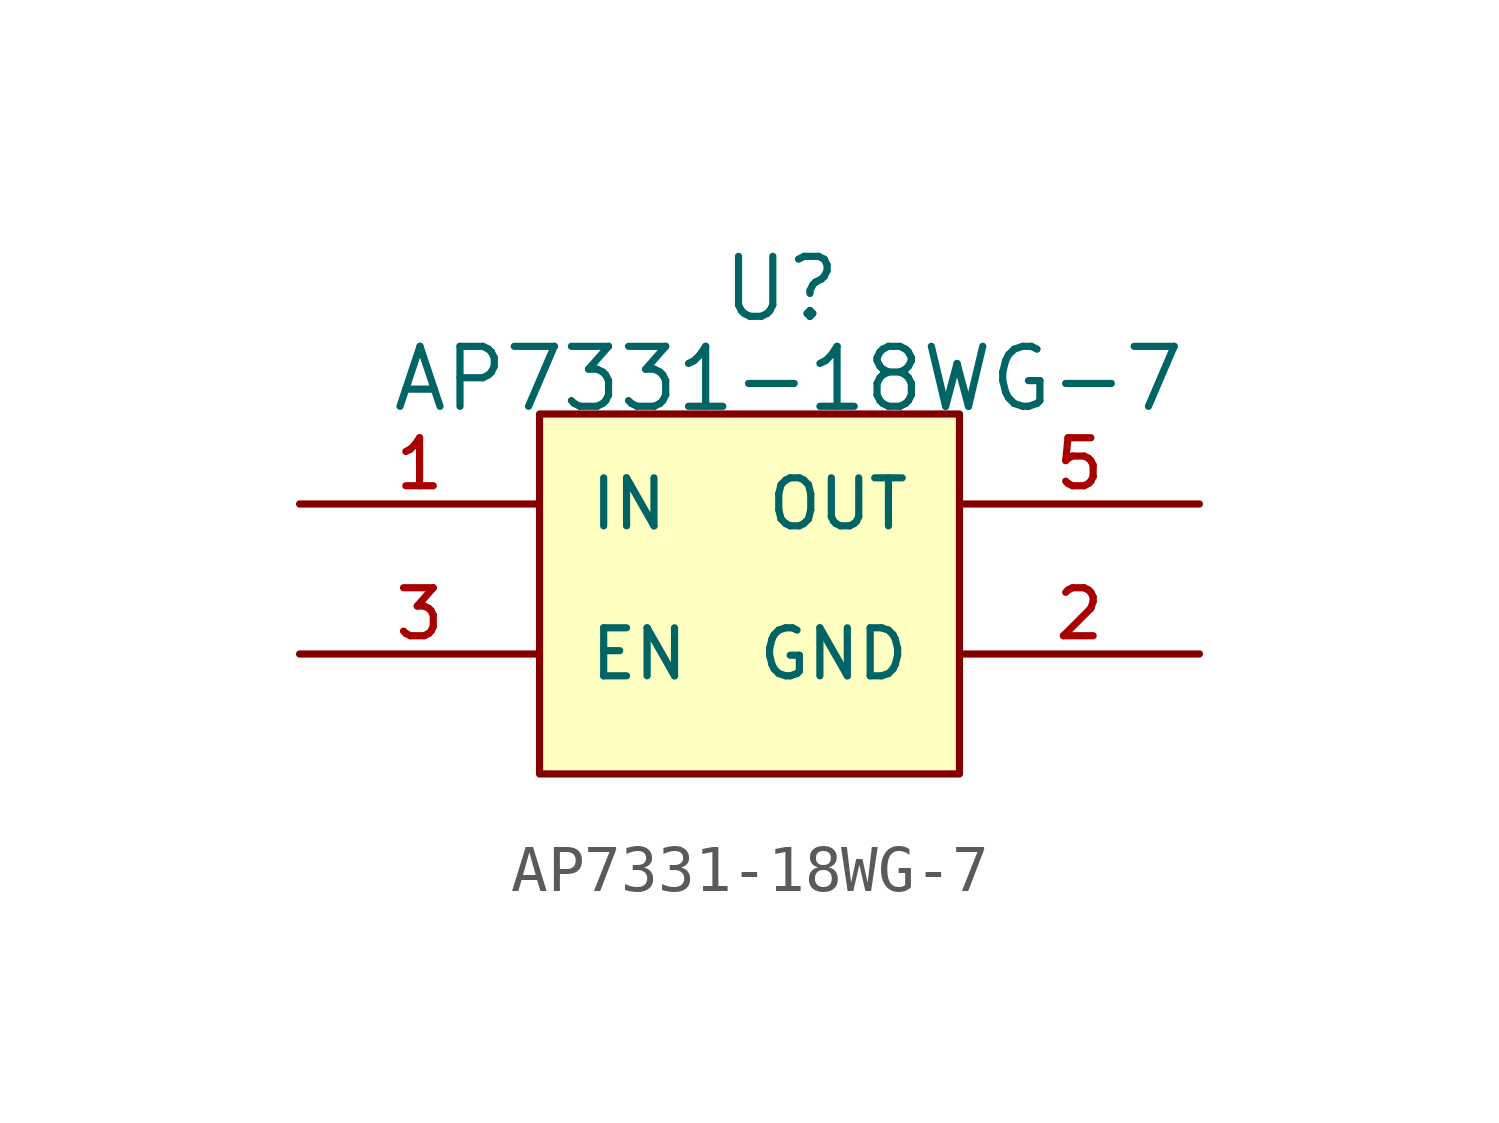
<source format=kicad_sym>
(kicad_symbol_lib
  (version 20211014)
  (generator kicad_symbol_editor)
  (symbol "AP7331-18WG-7"
    (pin_names
      (offset 1.016))
    (property "Reference" "U"
      (at -0.635 5.08 0)
      (effects (font (size 1.27 1.27)) (justify left bottom)))
    (property "Value" "AP7331-18WG-7"
      (at -7.62 3.175 0)
      (effects (font (size 1.27 1.27)) (justify left bottom)))
    (property "ki_locked" ""
      (at 0 0 0)
      (effects (font (size 1.27 1.27))))
    (symbol "AP7331-18WG-7_0_0"
      (rectangle (start -4.445 3.175) (end 4.445 -4.445) (stroke (width 0.152) (type default) (color 0 0 0 0)) (fill (type background)))
      (pin input line (at -9.525 1.27 0) (length 5.08) (name "IN" (effects (font (size 1.016 1.016)))) (number "1" (effects (font (size 1.016 1.016)))))
      (pin power_in line (at 9.525 -1.905 180) (length 5.08) (name "GND" (effects (font (size 1.016 1.016)))) (number "2" (effects (font (size 1.016 1.016)))))
      (pin input line (at -9.525 -1.905 0) (length 5.08) (name "EN" (effects (font (size 1.016 1.016)))) (number "3" (effects (font (size 1.016 1.016)))))
      (pin output line (at 9.525 1.27 180) (length 5.08) (name "OUT" (effects (font (size 1.016 1.016)))) (number "5" (effects (font (size 1.016 1.016))))))))
</source>
